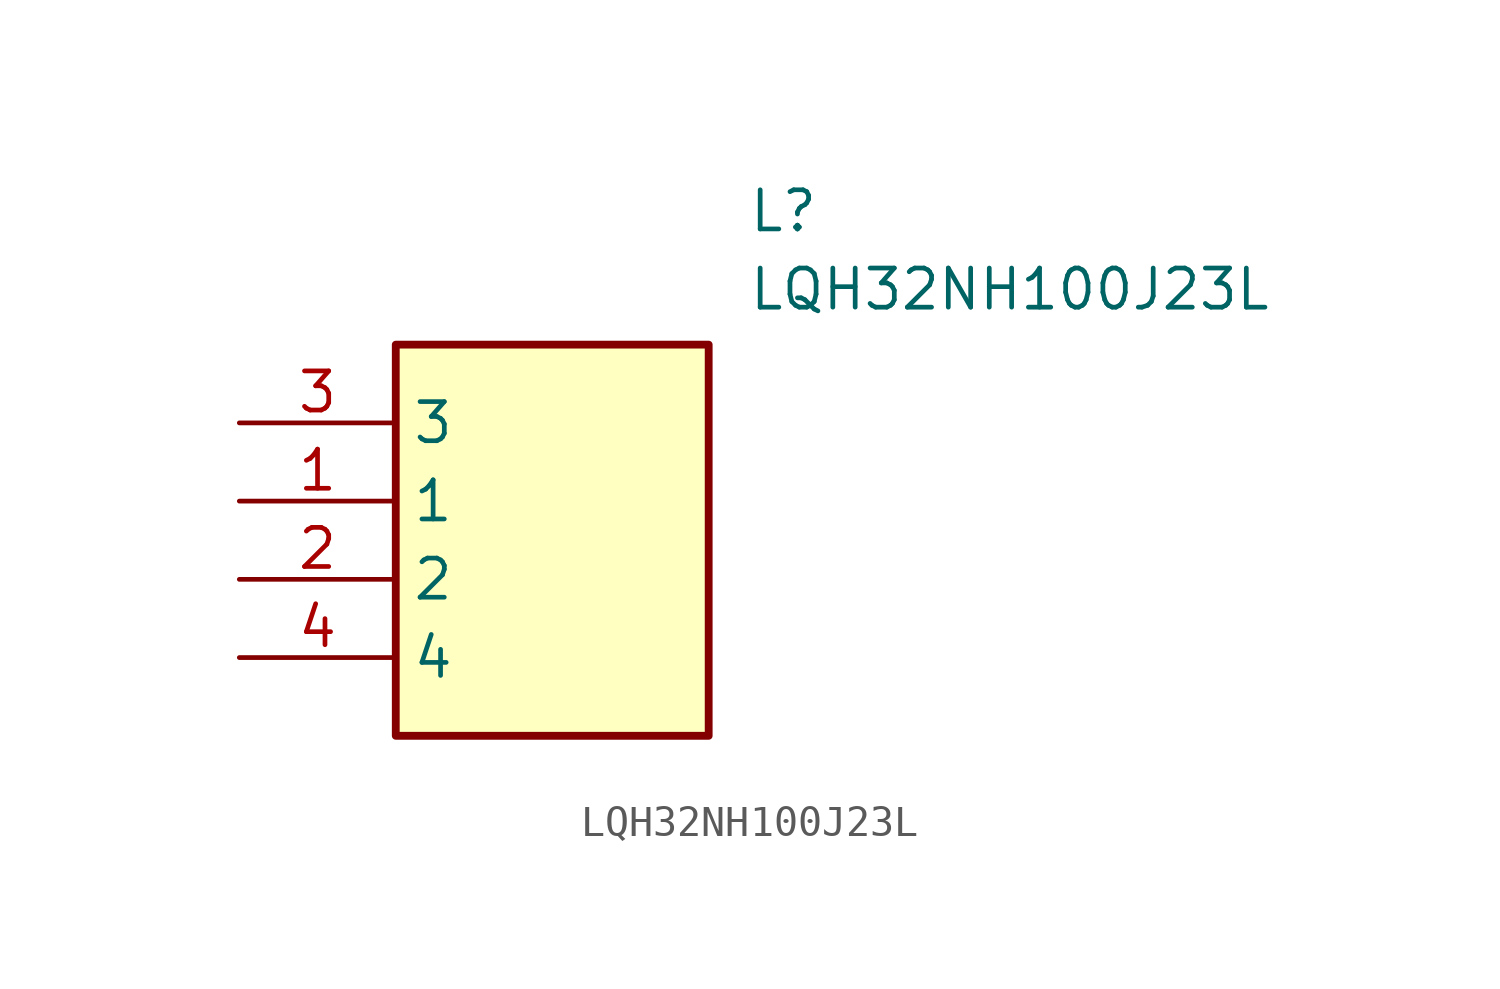
<source format=kicad_sym>
(kicad_symbol_lib
  (version 20211014)
  (generator SamacSys_ECAD_Model)
  (symbol "LQH32NH100J23L"
    (property "Reference" "L"
      (at 16.51 7.62 0)
      (effects (font (size 1.27 1.27)) (justify left top)))
    (property "Value" "LQH32NH100J23L"
      (at 16.51 5.08 0)
      (effects (font (size 1.27 1.27)) (justify left top)))
    (rectangle
      (start 5.08 2.54)
      (end 15.24 -10.16)
      (stroke (width 0.254) (type default))
      (fill (type background)))
    (pin passive line
      (at 0 -2.54 0)
      (length 5.08)
      (name "1" (effects (font (size 1.27 1.27))))
      (number "1" (effects (font (size 1.27 1.27)))))
    (pin passive line
      (at 0 -5.08 0)
      (length 5.08)
      (name "2" (effects (font (size 1.27 1.27))))
      (number "2" (effects (font (size 1.27 1.27)))))
    (pin passive line
      (at 0 0 0)
      (length 5.08)
      (name "3" (effects (font (size 1.27 1.27))))
      (number "3" (effects (font (size 1.27 1.27)))))
    (pin passive line
      (at 0 -7.62 0)
      (length 5.08)
      (name "4" (effects (font (size 1.27 1.27))))
      (number "4" (effects (font (size 1.27 1.27)))))))
</source>
